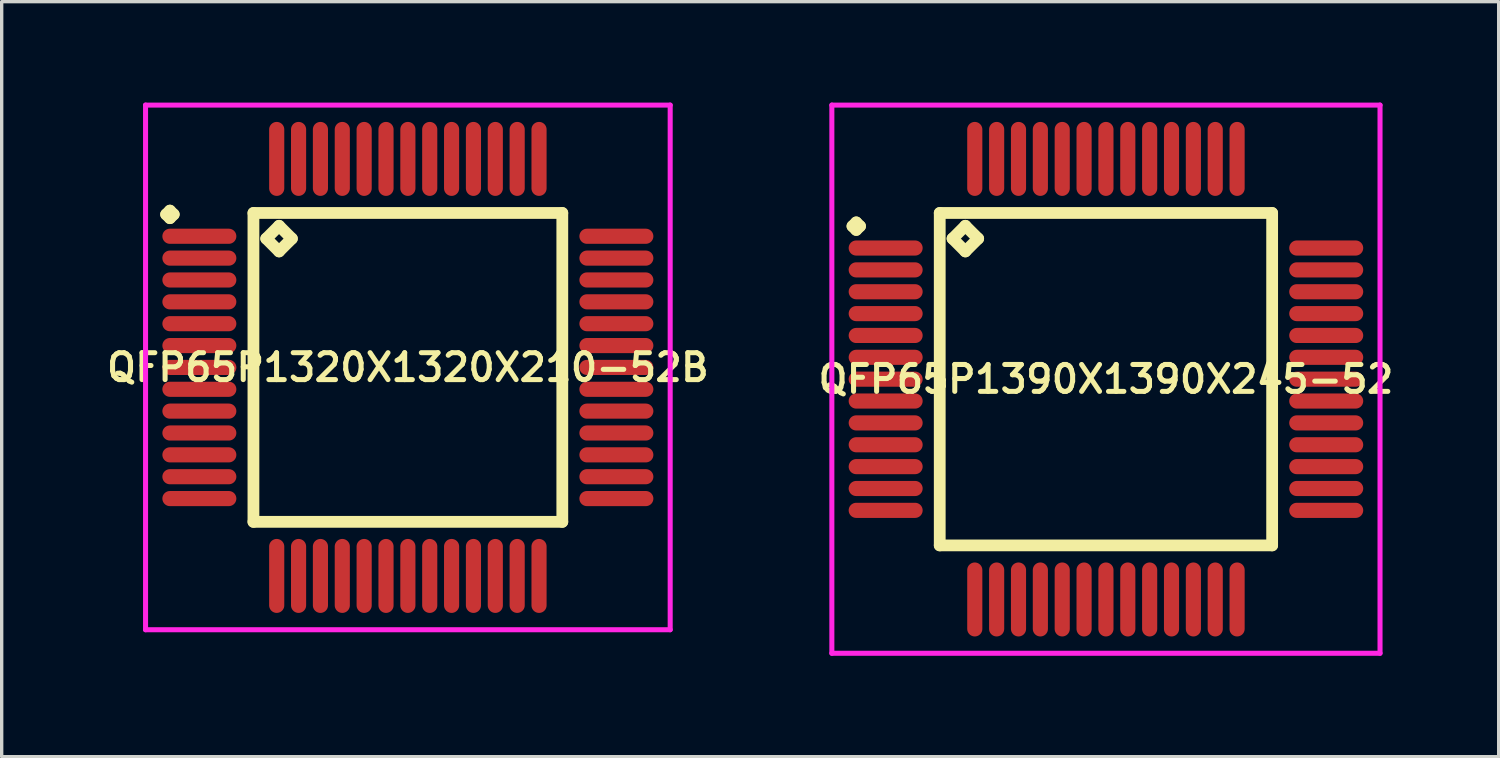
<source format=kicad_pcb>
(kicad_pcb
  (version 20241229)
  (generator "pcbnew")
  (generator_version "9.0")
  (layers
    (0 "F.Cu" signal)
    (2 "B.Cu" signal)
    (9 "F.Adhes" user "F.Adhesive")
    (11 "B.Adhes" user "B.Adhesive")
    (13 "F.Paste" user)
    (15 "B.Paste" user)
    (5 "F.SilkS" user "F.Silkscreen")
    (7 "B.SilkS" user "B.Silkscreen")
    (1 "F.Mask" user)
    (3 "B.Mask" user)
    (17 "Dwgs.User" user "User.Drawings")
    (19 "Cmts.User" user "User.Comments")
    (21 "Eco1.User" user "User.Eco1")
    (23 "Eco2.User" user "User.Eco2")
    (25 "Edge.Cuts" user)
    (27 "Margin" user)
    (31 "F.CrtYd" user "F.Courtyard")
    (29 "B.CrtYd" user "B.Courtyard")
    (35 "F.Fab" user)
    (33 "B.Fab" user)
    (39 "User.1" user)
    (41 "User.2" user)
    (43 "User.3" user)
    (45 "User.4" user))
  (footprint "QFP65P1320X1320X210-52B"
    (layer "F.Cu")
    (at 9.078 7.875)
    (property "Reference" "QFP65P1320X1320X210-52B" (at 0 0 0) (layer "F.SilkS") (effects (font (size 0.8 0.8) (thickness 0.15))))
    (attr smd)
    (fp_line (start -7.188 -4.55) (end -7.075 -4.662) (stroke (width 0.35) (type solid)) (layer "F.SilkS"))
    (fp_line (start -7.075 -4.662) (end -6.963 -4.55) (stroke (width 0.35) (type solid)) (layer "F.SilkS"))
    (fp_line (start -7.075 -4.438) (end -7.188 -4.55) (stroke (width 0.35) (type solid)) (layer "F.SilkS"))
    (fp_line (start -6.963 -4.55) (end -7.075 -4.438) (stroke (width 0.35) (type solid)) (layer "F.SilkS"))
    (fp_line (start -4.592 -4.592) (end -4.592 4.592) (stroke (width 0.35) (type solid)) (layer "F.SilkS"))
    (fp_line (start -4.592 4.592) (end 4.592 4.592) (stroke (width 0.35) (type solid)) (layer "F.SilkS"))
    (fp_line (start -4.211 -3.83) (end -3.83 -4.211) (stroke (width 0.35) (type solid)) (layer "F.SilkS"))
    (fp_line (start -3.83 -4.211) (end -3.449 -3.83) (stroke (width 0.35) (type solid)) (layer "F.SilkS"))
    (fp_line (start -3.83 -3.449) (end -4.211 -3.83) (stroke (width 0.35) (type solid)) (layer "F.SilkS"))
    (fp_line (start -3.449 -3.83) (end -3.83 -3.449) (stroke (width 0.35) (type solid)) (layer "F.SilkS"))
    (fp_line (start 4.592 -4.592) (end -4.592 -4.592) (stroke (width 0.35) (type solid)) (layer "F.SilkS"))
    (fp_line (start 4.592 4.592) (end 4.592 -4.592) (stroke (width 0.35) (type solid)) (layer "F.SilkS"))
    (fp_line (start -7.8 -7.8) (end 7.8 -7.8) (stroke (width 0.15) (type solid)) (layer "F.CrtYd"))
    (fp_line (start -7.8 7.8) (end -7.8 -7.8) (stroke (width 0.15) (type solid)) (layer "F.CrtYd"))
    (fp_line (start 7.8 -7.8) (end 7.8 7.8) (stroke (width 0.15) (type solid)) (layer "F.CrtYd"))
    (fp_line (start 7.8 7.8) (end -7.8 7.8) (stroke (width 0.15) (type solid)) (layer "F.CrtYd"))
    (pad "1" smd oval (at -6.2 -3.9) (size 2.2 0.45) (layers "F.Cu" "F.Mask" "F.Paste"))
    (pad "2" smd oval (at -6.2 -3.25) (size 2.2 0.45) (layers "F.Cu" "F.Mask" "F.Paste"))
    (pad "3" smd oval (at -6.2 -2.6) (size 2.2 0.45) (layers "F.Cu" "F.Mask" "F.Paste"))
    (pad "4" smd oval (at -6.2 -1.95) (size 2.2 0.45) (layers "F.Cu" "F.Mask" "F.Paste"))
    (pad "5" smd oval (at -6.2 -1.3) (size 2.2 0.45) (layers "F.Cu" "F.Mask" "F.Paste"))
    (pad "6" smd oval (at -6.2 -0.65) (size 2.2 0.45) (layers "F.Cu" "F.Mask" "F.Paste"))
    (pad "7" smd oval (at -6.2 0) (size 2.2 0.45) (layers "F.Cu" "F.Mask" "F.Paste"))
    (pad "8" smd oval (at -6.2 0.65) (size 2.2 0.45) (layers "F.Cu" "F.Mask" "F.Paste"))
    (pad "9" smd oval (at -6.2 1.3) (size 2.2 0.45) (layers "F.Cu" "F.Mask" "F.Paste"))
    (pad "10" smd oval (at -6.2 1.95) (size 2.2 0.45) (layers "F.Cu" "F.Mask" "F.Paste"))
    (pad "11" smd oval (at -6.2 2.6) (size 2.2 0.45) (layers "F.Cu" "F.Mask" "F.Paste"))
    (pad "12" smd oval (at -6.2 3.25) (size 2.2 0.45) (layers "F.Cu" "F.Mask" "F.Paste"))
    (pad "13" smd oval (at -6.2 3.9) (size 2.2 0.45) (layers "F.Cu" "F.Mask" "F.Paste"))
    (pad "14" smd oval (at -3.9 6.2) (size 0.45 2.2) (layers "F.Cu" "F.Mask" "F.Paste"))
    (pad "15" smd oval (at -3.25 6.2) (size 0.45 2.2) (layers "F.Cu" "F.Mask" "F.Paste"))
    (pad "16" smd oval (at -2.6 6.2) (size 0.45 2.2) (layers "F.Cu" "F.Mask" "F.Paste"))
    (pad "17" smd oval (at -1.95 6.2) (size 0.45 2.2) (layers "F.Cu" "F.Mask" "F.Paste"))
    (pad "18" smd oval (at -1.3 6.2) (size 0.45 2.2) (layers "F.Cu" "F.Mask" "F.Paste"))
    (pad "19" smd oval (at -0.65 6.2) (size 0.45 2.2) (layers "F.Cu" "F.Mask" "F.Paste"))
    (pad "20" smd oval (at 0 6.2) (size 0.45 2.2) (layers "F.Cu" "F.Mask" "F.Paste"))
    (pad "21" smd oval (at 0.65 6.2) (size 0.45 2.2) (layers "F.Cu" "F.Mask" "F.Paste"))
    (pad "22" smd oval (at 1.3 6.2) (size 0.45 2.2) (layers "F.Cu" "F.Mask" "F.Paste"))
    (pad "23" smd oval (at 1.95 6.2) (size 0.45 2.2) (layers "F.Cu" "F.Mask" "F.Paste"))
    (pad "24" smd oval (at 2.6 6.2) (size 0.45 2.2) (layers "F.Cu" "F.Mask" "F.Paste"))
    (pad "25" smd oval (at 3.25 6.2) (size 0.45 2.2) (layers "F.Cu" "F.Mask" "F.Paste"))
    (pad "26" smd oval (at 3.9 6.2) (size 0.45 2.2) (layers "F.Cu" "F.Mask" "F.Paste"))
    (pad "27" smd oval (at 6.2 3.9) (size 2.2 0.45) (layers "F.Cu" "F.Mask" "F.Paste"))
    (pad "28" smd oval (at 6.2 3.25) (size 2.2 0.45) (layers "F.Cu" "F.Mask" "F.Paste"))
    (pad "29" smd oval (at 6.2 2.6) (size 2.2 0.45) (layers "F.Cu" "F.Mask" "F.Paste"))
    (pad "30" smd oval (at 6.2 1.95) (size 2.2 0.45) (layers "F.Cu" "F.Mask" "F.Paste"))
    (pad "31" smd oval (at 6.2 1.3) (size 2.2 0.45) (layers "F.Cu" "F.Mask" "F.Paste"))
    (pad "32" smd oval (at 6.2 0.65) (size 2.2 0.45) (layers "F.Cu" "F.Mask" "F.Paste"))
    (pad "33" smd oval (at 6.2 0) (size 2.2 0.45) (layers "F.Cu" "F.Mask" "F.Paste"))
    (pad "34" smd oval (at 6.2 -0.65) (size 2.2 0.45) (layers "F.Cu" "F.Mask" "F.Paste"))
    (pad "35" smd oval (at 6.2 -1.3) (size 2.2 0.45) (layers "F.Cu" "F.Mask" "F.Paste"))
    (pad "36" smd oval (at 6.2 -1.95) (size 2.2 0.45) (layers "F.Cu" "F.Mask" "F.Paste"))
    (pad "37" smd oval (at 6.2 -2.6) (size 2.2 0.45) (layers "F.Cu" "F.Mask" "F.Paste"))
    (pad "38" smd oval (at 6.2 -3.25) (size 2.2 0.45) (layers "F.Cu" "F.Mask" "F.Paste"))
    (pad "39" smd oval (at 6.2 -3.9) (size 2.2 0.45) (layers "F.Cu" "F.Mask" "F.Paste"))
    (pad "40" smd oval (at 3.9 -6.2) (size 0.45 2.2) (layers "F.Cu" "F.Mask" "F.Paste"))
    (pad "41" smd oval (at 3.25 -6.2) (size 0.45 2.2) (layers "F.Cu" "F.Mask" "F.Paste"))
    (pad "42" smd oval (at 2.6 -6.2) (size 0.45 2.2) (layers "F.Cu" "F.Mask" "F.Paste"))
    (pad "43" smd oval (at 1.95 -6.2) (size 0.45 2.2) (layers "F.Cu" "F.Mask" "F.Paste"))
    (pad "44" smd oval (at 1.3 -6.2) (size 0.45 2.2) (layers "F.Cu" "F.Mask" "F.Paste"))
    (pad "45" smd oval (at 0.65 -6.2) (size 0.45 2.2) (layers "F.Cu" "F.Mask" "F.Paste"))
    (pad "46" smd oval (at 0 -6.2) (size 0.45 2.2) (layers "F.Cu" "F.Mask" "F.Paste"))
    (pad "47" smd oval (at -0.65 -6.2) (size 0.45 2.2) (layers "F.Cu" "F.Mask" "F.Paste"))
    (pad "48" smd oval (at -1.3 -6.2) (size 0.45 2.2) (layers "F.Cu" "F.Mask" "F.Paste"))
    (pad "49" smd oval (at -1.95 -6.2) (size 0.45 2.2) (layers "F.Cu" "F.Mask" "F.Paste"))
    (pad "50" smd oval (at -2.6 -6.2) (size 0.45 2.2) (layers "F.Cu" "F.Mask" "F.Paste"))
    (pad "51" smd oval (at -3.25 -6.2) (size 0.45 2.2) (layers "F.Cu" "F.Mask" "F.Paste"))
    (pad "52" smd oval (at -3.9 -6.2) (size 0.45 2.2) (layers "F.Cu" "F.Mask" "F.Paste")))
  (footprint "QFP65P1390X1390X245-52"
    (layer "F.Cu")
    (at 29.835 8.225)
    (property "Reference" "QFP65P1390X1390X245-52" (at 0 0 0) (layer "F.SilkS") (effects (font (size 0.8 0.8) (thickness 0.15))))
    (attr smd)
    (fp_line (start -7.537 -4.55) (end -7.425 -4.662) (stroke (width 0.35) (type solid)) (layer "F.SilkS"))
    (fp_line (start -7.425 -4.662) (end -7.312 -4.55) (stroke (width 0.35) (type solid)) (layer "F.SilkS"))
    (fp_line (start -7.425 -4.438) (end -7.537 -4.55) (stroke (width 0.35) (type solid)) (layer "F.SilkS"))
    (fp_line (start -7.312 -4.55) (end -7.425 -4.438) (stroke (width 0.35) (type solid)) (layer "F.SilkS"))
    (fp_line (start -4.942 -4.942) (end -4.942 4.942) (stroke (width 0.35) (type solid)) (layer "F.SilkS"))
    (fp_line (start -4.942 4.942) (end 4.942 4.942) (stroke (width 0.35) (type solid)) (layer "F.SilkS"))
    (fp_line (start -4.561 -4.18) (end -4.18 -4.561) (stroke (width 0.35) (type solid)) (layer "F.SilkS"))
    (fp_line (start -4.18 -4.561) (end -3.799 -4.18) (stroke (width 0.35) (type solid)) (layer "F.SilkS"))
    (fp_line (start -4.18 -3.799) (end -4.561 -4.18) (stroke (width 0.35) (type solid)) (layer "F.SilkS"))
    (fp_line (start -3.799 -4.18) (end -4.18 -3.799) (stroke (width 0.35) (type solid)) (layer "F.SilkS"))
    (fp_line (start 4.942 -4.942) (end -4.942 -4.942) (stroke (width 0.35) (type solid)) (layer "F.SilkS"))
    (fp_line (start 4.942 4.942) (end 4.942 -4.942) (stroke (width 0.35) (type solid)) (layer "F.SilkS"))
    (fp_line (start -8.15 -8.15) (end 8.15 -8.15) (stroke (width 0.15) (type solid)) (layer "F.CrtYd"))
    (fp_line (start -8.15 8.15) (end -8.15 -8.15) (stroke (width 0.15) (type solid)) (layer "F.CrtYd"))
    (fp_line (start 8.15 -8.15) (end 8.15 8.15) (stroke (width 0.15) (type solid)) (layer "F.CrtYd"))
    (fp_line (start 8.15 8.15) (end -8.15 8.15) (stroke (width 0.15) (type solid)) (layer "F.CrtYd"))
    (pad "1" smd oval (at -6.55 -3.9) (size 2.2 0.45) (layers "F.Cu" "F.Mask" "F.Paste"))
    (pad "2" smd oval (at -6.55 -3.25) (size 2.2 0.45) (layers "F.Cu" "F.Mask" "F.Paste"))
    (pad "3" smd oval (at -6.55 -2.6) (size 2.2 0.45) (layers "F.Cu" "F.Mask" "F.Paste"))
    (pad "4" smd oval (at -6.55 -1.95) (size 2.2 0.45) (layers "F.Cu" "F.Mask" "F.Paste"))
    (pad "5" smd oval (at -6.55 -1.3) (size 2.2 0.45) (layers "F.Cu" "F.Mask" "F.Paste"))
    (pad "6" smd oval (at -6.55 -0.65) (size 2.2 0.45) (layers "F.Cu" "F.Mask" "F.Paste"))
    (pad "7" smd oval (at -6.55 0) (size 2.2 0.45) (layers "F.Cu" "F.Mask" "F.Paste"))
    (pad "8" smd oval (at -6.55 0.65) (size 2.2 0.45) (layers "F.Cu" "F.Mask" "F.Paste"))
    (pad "9" smd oval (at -6.55 1.3) (size 2.2 0.45) (layers "F.Cu" "F.Mask" "F.Paste"))
    (pad "10" smd oval (at -6.55 1.95) (size 2.2 0.45) (layers "F.Cu" "F.Mask" "F.Paste"))
    (pad "11" smd oval (at -6.55 2.6) (size 2.2 0.45) (layers "F.Cu" "F.Mask" "F.Paste"))
    (pad "12" smd oval (at -6.55 3.25) (size 2.2 0.45) (layers "F.Cu" "F.Mask" "F.Paste"))
    (pad "13" smd oval (at -6.55 3.9) (size 2.2 0.45) (layers "F.Cu" "F.Mask" "F.Paste"))
    (pad "14" smd oval (at -3.9 6.55) (size 0.45 2.2) (layers "F.Cu" "F.Mask" "F.Paste"))
    (pad "15" smd oval (at -3.25 6.55) (size 0.45 2.2) (layers "F.Cu" "F.Mask" "F.Paste"))
    (pad "16" smd oval (at -2.6 6.55) (size 0.45 2.2) (layers "F.Cu" "F.Mask" "F.Paste"))
    (pad "17" smd oval (at -1.95 6.55) (size 0.45 2.2) (layers "F.Cu" "F.Mask" "F.Paste"))
    (pad "18" smd oval (at -1.3 6.55) (size 0.45 2.2) (layers "F.Cu" "F.Mask" "F.Paste"))
    (pad "19" smd oval (at -0.65 6.55) (size 0.45 2.2) (layers "F.Cu" "F.Mask" "F.Paste"))
    (pad "20" smd oval (at 0 6.55) (size 0.45 2.2) (layers "F.Cu" "F.Mask" "F.Paste"))
    (pad "21" smd oval (at 0.65 6.55) (size 0.45 2.2) (layers "F.Cu" "F.Mask" "F.Paste"))
    (pad "22" smd oval (at 1.3 6.55) (size 0.45 2.2) (layers "F.Cu" "F.Mask" "F.Paste"))
    (pad "23" smd oval (at 1.95 6.55) (size 0.45 2.2) (layers "F.Cu" "F.Mask" "F.Paste"))
    (pad "24" smd oval (at 2.6 6.55) (size 0.45 2.2) (layers "F.Cu" "F.Mask" "F.Paste"))
    (pad "25" smd oval (at 3.25 6.55) (size 0.45 2.2) (layers "F.Cu" "F.Mask" "F.Paste"))
    (pad "26" smd oval (at 3.9 6.55) (size 0.45 2.2) (layers "F.Cu" "F.Mask" "F.Paste"))
    (pad "27" smd oval (at 6.55 3.9) (size 2.2 0.45) (layers "F.Cu" "F.Mask" "F.Paste"))
    (pad "28" smd oval (at 6.55 3.25) (size 2.2 0.45) (layers "F.Cu" "F.Mask" "F.Paste"))
    (pad "29" smd oval (at 6.55 2.6) (size 2.2 0.45) (layers "F.Cu" "F.Mask" "F.Paste"))
    (pad "30" smd oval (at 6.55 1.95) (size 2.2 0.45) (layers "F.Cu" "F.Mask" "F.Paste"))
    (pad "31" smd oval (at 6.55 1.3) (size 2.2 0.45) (layers "F.Cu" "F.Mask" "F.Paste"))
    (pad "32" smd oval (at 6.55 0.65) (size 2.2 0.45) (layers "F.Cu" "F.Mask" "F.Paste"))
    (pad "33" smd oval (at 6.55 0) (size 2.2 0.45) (layers "F.Cu" "F.Mask" "F.Paste"))
    (pad "34" smd oval (at 6.55 -0.65) (size 2.2 0.45) (layers "F.Cu" "F.Mask" "F.Paste"))
    (pad "35" smd oval (at 6.55 -1.3) (size 2.2 0.45) (layers "F.Cu" "F.Mask" "F.Paste"))
    (pad "36" smd oval (at 6.55 -1.95) (size 2.2 0.45) (layers "F.Cu" "F.Mask" "F.Paste"))
    (pad "37" smd oval (at 6.55 -2.6) (size 2.2 0.45) (layers "F.Cu" "F.Mask" "F.Paste"))
    (pad "38" smd oval (at 6.55 -3.25) (size 2.2 0.45) (layers "F.Cu" "F.Mask" "F.Paste"))
    (pad "39" smd oval (at 6.55 -3.9) (size 2.2 0.45) (layers "F.Cu" "F.Mask" "F.Paste"))
    (pad "40" smd oval (at 3.9 -6.55) (size 0.45 2.2) (layers "F.Cu" "F.Mask" "F.Paste"))
    (pad "41" smd oval (at 3.25 -6.55) (size 0.45 2.2) (layers "F.Cu" "F.Mask" "F.Paste"))
    (pad "42" smd oval (at 2.6 -6.55) (size 0.45 2.2) (layers "F.Cu" "F.Mask" "F.Paste"))
    (pad "43" smd oval (at 1.95 -6.55) (size 0.45 2.2) (layers "F.Cu" "F.Mask" "F.Paste"))
    (pad "44" smd oval (at 1.3 -6.55) (size 0.45 2.2) (layers "F.Cu" "F.Mask" "F.Paste"))
    (pad "45" smd oval (at 0.65 -6.55) (size 0.45 2.2) (layers "F.Cu" "F.Mask" "F.Paste"))
    (pad "46" smd oval (at 0 -6.55) (size 0.45 2.2) (layers "F.Cu" "F.Mask" "F.Paste"))
    (pad "47" smd oval (at -0.65 -6.55) (size 0.45 2.2) (layers "F.Cu" "F.Mask" "F.Paste"))
    (pad "48" smd oval (at -1.3 -6.55) (size 0.45 2.2) (layers "F.Cu" "F.Mask" "F.Paste"))
    (pad "49" smd oval (at -1.95 -6.55) (size 0.45 2.2) (layers "F.Cu" "F.Mask" "F.Paste"))
    (pad "50" smd oval (at -2.6 -6.55) (size 0.45 2.2) (layers "F.Cu" "F.Mask" "F.Paste"))
    (pad "51" smd oval (at -3.25 -6.55) (size 0.45 2.2) (layers "F.Cu" "F.Mask" "F.Paste"))
    (pad "52" smd oval (at -3.9 -6.55) (size 0.45 2.2) (layers "F.Cu" "F.Mask" "F.Paste")))
  (gr_rect
    (start -3 -3)
    (end 41.513 19.45)
    (stroke (width 0.1) (type default))
    (fill no)
    (layer "Edge.Cuts")))
</source>
